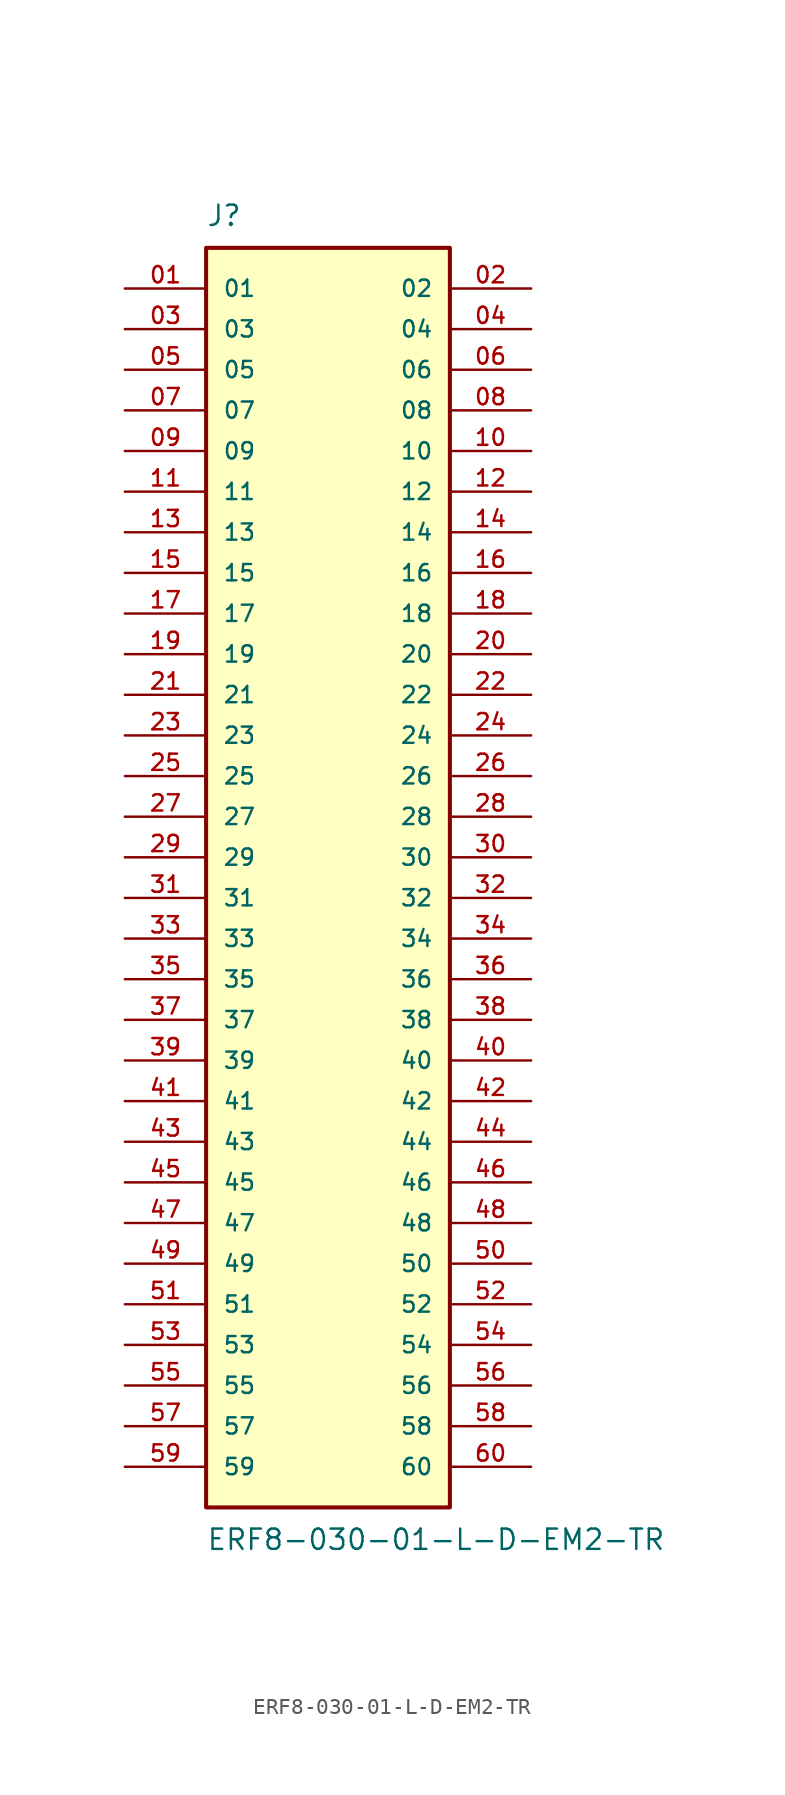
<source format=kicad_sym>
(kicad_symbol_lib
  (version 20211014)
  (generator kicad_symbol_editor)
  (symbol "ERF8-030-01-L-D-EM2-TR"
    (pin_names
      (offset 1.016))
    (property "Reference" "J"
      (at -7.62 39.37 0)
      (effects (font (size 1.27 1.27)) (justify bottom left)))
    (property "Value" "ERF8-030-01-L-D-EM2-TR"
      (at -7.62 -41.91 0)
      (effects (font (size 1.27 1.27)) (justify top left)))
    (symbol "ERF8-030-01-L-D-EM2-TR_0_0"
      (rectangle (start -7.62 -40.64) (end 7.62 38.1) (stroke (width 0.254)) (fill (type background)))
      (pin passive line (at -12.7 35.56 0) (length 5.08) (name "01" (effects (font (size 1.016 1.016)))) (number "01" (effects (font (size 1.016 1.016)))))
      (pin passive line (at 12.7 35.56 180.0) (length 5.08) (name "02" (effects (font (size 1.016 1.016)))) (number "02" (effects (font (size 1.016 1.016)))))
      (pin passive line (at -12.7 33.02 0) (length 5.08) (name "03" (effects (font (size 1.016 1.016)))) (number "03" (effects (font (size 1.016 1.016)))))
      (pin passive line (at 12.7 33.02 180.0) (length 5.08) (name "04" (effects (font (size 1.016 1.016)))) (number "04" (effects (font (size 1.016 1.016)))))
      (pin passive line (at -12.7 30.48 0) (length 5.08) (name "05" (effects (font (size 1.016 1.016)))) (number "05" (effects (font (size 1.016 1.016)))))
      (pin passive line (at 12.7 30.48 180.0) (length 5.08) (name "06" (effects (font (size 1.016 1.016)))) (number "06" (effects (font (size 1.016 1.016)))))
      (pin passive line (at -12.7 27.94 0) (length 5.08) (name "07" (effects (font (size 1.016 1.016)))) (number "07" (effects (font (size 1.016 1.016)))))
      (pin passive line (at 12.7 27.94 180.0) (length 5.08) (name "08" (effects (font (size 1.016 1.016)))) (number "08" (effects (font (size 1.016 1.016)))))
      (pin passive line (at -12.7 25.4 0) (length 5.08) (name "09" (effects (font (size 1.016 1.016)))) (number "09" (effects (font (size 1.016 1.016)))))
      (pin passive line (at 12.7 25.4 180.0) (length 5.08) (name "10" (effects (font (size 1.016 1.016)))) (number "10" (effects (font (size 1.016 1.016)))))
      (pin passive line (at -12.7 22.86 0) (length 5.08) (name "11" (effects (font (size 1.016 1.016)))) (number "11" (effects (font (size 1.016 1.016)))))
      (pin passive line (at 12.7 22.86 180.0) (length 5.08) (name "12" (effects (font (size 1.016 1.016)))) (number "12" (effects (font (size 1.016 1.016)))))
      (pin passive line (at -12.7 20.32 0) (length 5.08) (name "13" (effects (font (size 1.016 1.016)))) (number "13" (effects (font (size 1.016 1.016)))))
      (pin passive line (at 12.7 20.32 180.0) (length 5.08) (name "14" (effects (font (size 1.016 1.016)))) (number "14" (effects (font (size 1.016 1.016)))))
      (pin passive line (at -12.7 17.78 0) (length 5.08) (name "15" (effects (font (size 1.016 1.016)))) (number "15" (effects (font (size 1.016 1.016)))))
      (pin passive line (at 12.7 17.78 180.0) (length 5.08) (name "16" (effects (font (size 1.016 1.016)))) (number "16" (effects (font (size 1.016 1.016)))))
      (pin passive line (at -12.7 15.24 0) (length 5.08) (name "17" (effects (font (size 1.016 1.016)))) (number "17" (effects (font (size 1.016 1.016)))))
      (pin passive line (at 12.7 15.24 180.0) (length 5.08) (name "18" (effects (font (size 1.016 1.016)))) (number "18" (effects (font (size 1.016 1.016)))))
      (pin passive line (at -12.7 12.7 0) (length 5.08) (name "19" (effects (font (size 1.016 1.016)))) (number "19" (effects (font (size 1.016 1.016)))))
      (pin passive line (at 12.7 12.7 180.0) (length 5.08) (name "20" (effects (font (size 1.016 1.016)))) (number "20" (effects (font (size 1.016 1.016)))))
      (pin passive line (at -12.7 10.16 0) (length 5.08) (name "21" (effects (font (size 1.016 1.016)))) (number "21" (effects (font (size 1.016 1.016)))))
      (pin passive line (at 12.7 10.16 180.0) (length 5.08) (name "22" (effects (font (size 1.016 1.016)))) (number "22" (effects (font (size 1.016 1.016)))))
      (pin passive line (at -12.7 7.62 0) (length 5.08) (name "23" (effects (font (size 1.016 1.016)))) (number "23" (effects (font (size 1.016 1.016)))))
      (pin passive line (at 12.7 7.62 180.0) (length 5.08) (name "24" (effects (font (size 1.016 1.016)))) (number "24" (effects (font (size 1.016 1.016)))))
      (pin passive line (at -12.7 5.08 0) (length 5.08) (name "25" (effects (font (size 1.016 1.016)))) (number "25" (effects (font (size 1.016 1.016)))))
      (pin passive line (at 12.7 5.08 180.0) (length 5.08) (name "26" (effects (font (size 1.016 1.016)))) (number "26" (effects (font (size 1.016 1.016)))))
      (pin passive line (at -12.7 2.54 0) (length 5.08) (name "27" (effects (font (size 1.016 1.016)))) (number "27" (effects (font (size 1.016 1.016)))))
      (pin passive line (at 12.7 2.54 180.0) (length 5.08) (name "28" (effects (font (size 1.016 1.016)))) (number "28" (effects (font (size 1.016 1.016)))))
      (pin passive line (at -12.7 0.0 0) (length 5.08) (name "29" (effects (font (size 1.016 1.016)))) (number "29" (effects (font (size 1.016 1.016)))))
      (pin passive line (at 12.7 0.0 180.0) (length 5.08) (name "30" (effects (font (size 1.016 1.016)))) (number "30" (effects (font (size 1.016 1.016)))))
      (pin passive line (at -12.7 -2.54 0) (length 5.08) (name "31" (effects (font (size 1.016 1.016)))) (number "31" (effects (font (size 1.016 1.016)))))
      (pin passive line (at 12.7 -2.54 180.0) (length 5.08) (name "32" (effects (font (size 1.016 1.016)))) (number "32" (effects (font (size 1.016 1.016)))))
      (pin passive line (at -12.7 -5.08 0) (length 5.08) (name "33" (effects (font (size 1.016 1.016)))) (number "33" (effects (font (size 1.016 1.016)))))
      (pin passive line (at 12.7 -5.08 180.0) (length 5.08) (name "34" (effects (font (size 1.016 1.016)))) (number "34" (effects (font (size 1.016 1.016)))))
      (pin passive line (at -12.7 -7.62 0) (length 5.08) (name "35" (effects (font (size 1.016 1.016)))) (number "35" (effects (font (size 1.016 1.016)))))
      (pin passive line (at 12.7 -7.62 180.0) (length 5.08) (name "36" (effects (font (size 1.016 1.016)))) (number "36" (effects (font (size 1.016 1.016)))))
      (pin passive line (at -12.7 -10.16 0) (length 5.08) (name "37" (effects (font (size 1.016 1.016)))) (number "37" (effects (font (size 1.016 1.016)))))
      (pin passive line (at 12.7 -10.16 180.0) (length 5.08) (name "38" (effects (font (size 1.016 1.016)))) (number "38" (effects (font (size 1.016 1.016)))))
      (pin passive line (at -12.7 -12.7 0) (length 5.08) (name "39" (effects (font (size 1.016 1.016)))) (number "39" (effects (font (size 1.016 1.016)))))
      (pin passive line (at 12.7 -12.7 180.0) (length 5.08) (name "40" (effects (font (size 1.016 1.016)))) (number "40" (effects (font (size 1.016 1.016)))))
      (pin passive line (at -12.7 -15.24 0) (length 5.08) (name "41" (effects (font (size 1.016 1.016)))) (number "41" (effects (font (size 1.016 1.016)))))
      (pin passive line (at 12.7 -15.24 180.0) (length 5.08) (name "42" (effects (font (size 1.016 1.016)))) (number "42" (effects (font (size 1.016 1.016)))))
      (pin passive line (at -12.7 -17.78 0) (length 5.08) (name "43" (effects (font (size 1.016 1.016)))) (number "43" (effects (font (size 1.016 1.016)))))
      (pin passive line (at 12.7 -17.78 180.0) (length 5.08) (name "44" (effects (font (size 1.016 1.016)))) (number "44" (effects (font (size 1.016 1.016)))))
      (pin passive line (at -12.7 -20.32 0) (length 5.08) (name "45" (effects (font (size 1.016 1.016)))) (number "45" (effects (font (size 1.016 1.016)))))
      (pin passive line (at 12.7 -20.32 180.0) (length 5.08) (name "46" (effects (font (size 1.016 1.016)))) (number "46" (effects (font (size 1.016 1.016)))))
      (pin passive line (at -12.7 -22.86 0) (length 5.08) (name "47" (effects (font (size 1.016 1.016)))) (number "47" (effects (font (size 1.016 1.016)))))
      (pin passive line (at 12.7 -22.86 180.0) (length 5.08) (name "48" (effects (font (size 1.016 1.016)))) (number "48" (effects (font (size 1.016 1.016)))))
      (pin passive line (at -12.7 -25.4 0) (length 5.08) (name "49" (effects (font (size 1.016 1.016)))) (number "49" (effects (font (size 1.016 1.016)))))
      (pin passive line (at 12.7 -25.4 180.0) (length 5.08) (name "50" (effects (font (size 1.016 1.016)))) (number "50" (effects (font (size 1.016 1.016)))))
      (pin passive line (at -12.7 -27.94 0) (length 5.08) (name "51" (effects (font (size 1.016 1.016)))) (number "51" (effects (font (size 1.016 1.016)))))
      (pin passive line (at 12.7 -27.94 180.0) (length 5.08) (name "52" (effects (font (size 1.016 1.016)))) (number "52" (effects (font (size 1.016 1.016)))))
      (pin passive line (at -12.7 -30.48 0) (length 5.08) (name "53" (effects (font (size 1.016 1.016)))) (number "53" (effects (font (size 1.016 1.016)))))
      (pin passive line (at 12.7 -30.48 180.0) (length 5.08) (name "54" (effects (font (size 1.016 1.016)))) (number "54" (effects (font (size 1.016 1.016)))))
      (pin passive line (at -12.7 -33.02 0) (length 5.08) (name "55" (effects (font (size 1.016 1.016)))) (number "55" (effects (font (size 1.016 1.016)))))
      (pin passive line (at 12.7 -33.02 180.0) (length 5.08) (name "56" (effects (font (size 1.016 1.016)))) (number "56" (effects (font (size 1.016 1.016)))))
      (pin passive line (at -12.7 -35.56 0) (length 5.08) (name "57" (effects (font (size 1.016 1.016)))) (number "57" (effects (font (size 1.016 1.016)))))
      (pin passive line (at 12.7 -35.56 180.0) (length 5.08) (name "58" (effects (font (size 1.016 1.016)))) (number "58" (effects (font (size 1.016 1.016)))))
      (pin passive line (at -12.7 -38.1 0) (length 5.08) (name "59" (effects (font (size 1.016 1.016)))) (number "59" (effects (font (size 1.016 1.016)))))
      (pin passive line (at 12.7 -38.1 180.0) (length 5.08) (name "60" (effects (font (size 1.016 1.016)))) (number "60" (effects (font (size 1.016 1.016))))))))
</source>
